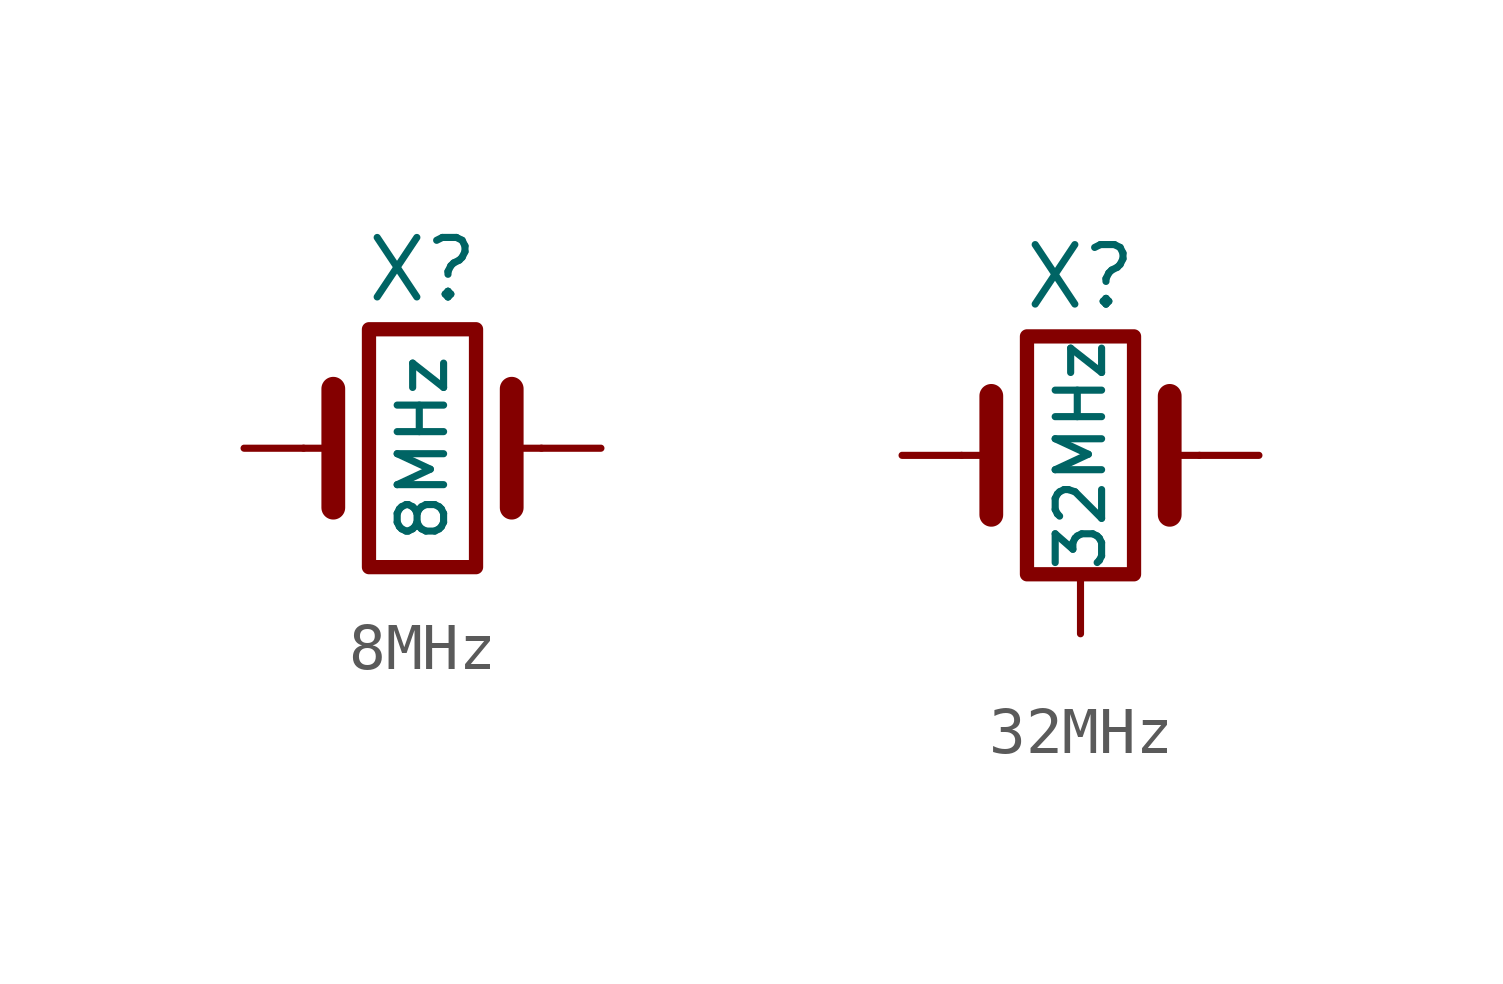
<source format=kicad_sym>
(kicad_symbol_lib
  (version 20241209)
  (generator "kicad_symbol_editor")
  (generator_version "9.0")
  (symbol "8MHz"
    (pin_numbers
      (hide yes))
    (pin_names
      (offset 0.254)
      (hide yes))
    (property "Reference" "X"
      (at 0 3.81 0)
      (effects (font (size 1.27 1.27))))
    (property "Value" "8MHz"
      (at 0 0 90)
      (effects (font (size 0.991 0.991))))
    (symbol "8MHz_0_1"
      (polyline (pts (xy -2.54 0) (xy -1.905 0)) (stroke (width 0) (type default)) (fill (type none)))
      (polyline (pts (xy -1.905 -1.27) (xy -1.905 1.27)) (stroke (width 0.508) (type default)) (fill (type none)))
      (rectangle (start -1.143 2.54) (end 1.143 -2.54) (stroke (width 0.305) (type default)) (fill (type none)))
      (polyline (pts (xy 1.905 -1.27) (xy 1.905 1.27)) (stroke (width 0.508) (type default)) (fill (type none)))
      (polyline (pts (xy 2.54 0) (xy 1.905 0)) (stroke (width 0) (type default)) (fill (type none))))
    (symbol "8MHz_1_1"
      (pin passive line (at -3.81 0 0) (length 1.27) (name "1" (effects (font (size 1.27 1.27)))) (number "1" (effects (font (size 1.27 1.27)))))
      (pin passive line (at 3.81 0 180) (length 1.27) (name "2" (effects (font (size 1.27 1.27)))) (number "2" (effects (font (size 1.27 1.27)))))))
  (symbol "32MHz"
    (pin_numbers
      (hide yes))
    (pin_names
      (offset 0.254)
      (hide yes))
    (property "Reference" "X"
      (at 0 3.81 0)
      (effects (font (size 1.27 1.27))))
    (property "Value" "32MHz"
      (at 0 0 90)
      (effects (font (size 0.991 0.991))))
    (symbol "32MHz_0_1"
      (polyline (pts (xy -2.54 0) (xy -1.905 0)) (stroke (width 0) (type default)) (fill (type none)))
      (polyline (pts (xy -1.905 -1.27) (xy -1.905 1.27)) (stroke (width 0.508) (type default)) (fill (type none)))
      (rectangle (start -1.143 2.54) (end 1.143 -2.54) (stroke (width 0.305) (type default)) (fill (type none)))
      (polyline (pts (xy 1.905 -1.27) (xy 1.905 1.27)) (stroke (width 0.508) (type default)) (fill (type none)))
      (polyline (pts (xy 2.54 0) (xy 1.905 0)) (stroke (width 0) (type default)) (fill (type none))))
    (symbol "32MHz_1_1"
      (pin passive line (at -3.81 0 0) (length 1.27) (name "1" (effects (font (size 1.27 1.27)))) (number "1" (effects (font (size 1.27 1.27)))))
      (pin passive line (at 0 -3.81 90) (length 1.27) (name "2" (effects (font (size 1.27 1.27)))) (number "2" (effects (font (size 1.27 1.27)))))
      (pin passive line (at 0 -3.81 90) (length 1.27) (hide yes) (name "4" (effects (font (size 1.27 1.27)))) (number "4" (effects (font (size 1.27 1.27)))))
      (pin passive line (at 3.81 0 180) (length 1.27) (name "3" (effects (font (size 1.27 1.27)))) (number "3" (effects (font (size 1.27 1.27))))))))
</source>
